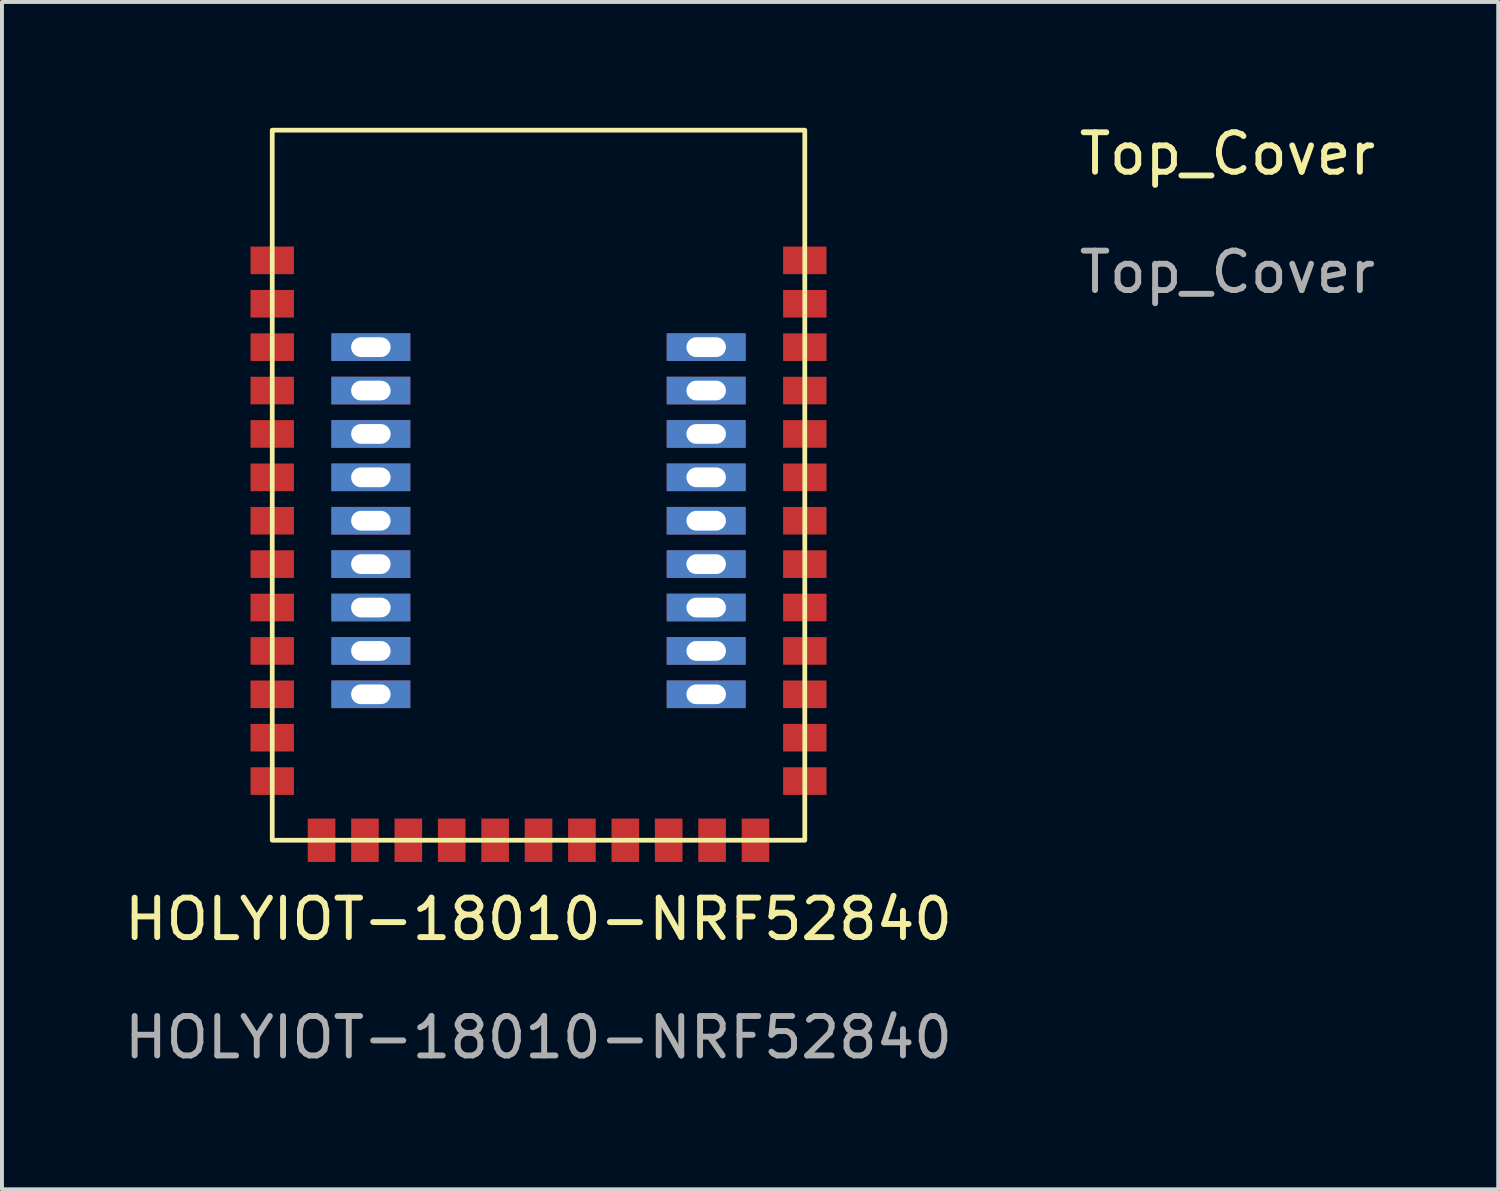
<source format=kicad_pcb>
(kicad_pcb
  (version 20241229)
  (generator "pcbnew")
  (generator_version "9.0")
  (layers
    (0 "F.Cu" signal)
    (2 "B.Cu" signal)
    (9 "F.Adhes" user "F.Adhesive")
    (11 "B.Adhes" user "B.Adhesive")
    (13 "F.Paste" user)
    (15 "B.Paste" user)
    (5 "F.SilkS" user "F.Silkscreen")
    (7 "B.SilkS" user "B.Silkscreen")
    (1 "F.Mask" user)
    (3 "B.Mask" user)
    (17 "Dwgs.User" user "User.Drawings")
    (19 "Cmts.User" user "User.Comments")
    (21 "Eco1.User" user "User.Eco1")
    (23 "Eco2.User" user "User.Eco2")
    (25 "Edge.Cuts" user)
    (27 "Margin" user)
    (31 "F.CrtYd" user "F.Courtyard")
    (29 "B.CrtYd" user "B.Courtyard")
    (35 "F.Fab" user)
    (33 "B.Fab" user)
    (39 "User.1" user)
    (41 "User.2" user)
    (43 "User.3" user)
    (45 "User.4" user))
  (footprint "Top_Cover"
    (layer "F.Cu")
    (at 28.065 1.348)
    (property "Reference" "Top_Cover" (at 0 -0.5 0) (unlocked yes) (layer "F.SilkS") (effects (font (size 1 1) (thickness 0.15))))
    (fp_text user "${REFERENCE}" (at 0 2.5 0) (unlocked yes) (layer "F.Fab") (effects (font (size 1 1) (thickness 0.15)))))
  (footprint "HOLYIOT-18010-NRF52840"
    (layer "F.Cu")
    (at 3.851 0.25)
    (property "Reference" "HOLYIOT-18010-NRF52840" (at 6.75 20 0) (unlocked yes) (layer "F.SilkS") (effects (font (size 1 1) (thickness 0.15))))
    (fp_rect (start 0 18) (end 13.5 0) (stroke (width 0.12) (type solid)) (fill no) (layer "F.SilkS"))
    (fp_text user "${REFERENCE}" (at 6.75 23 0) (unlocked yes) (layer "F.Fab") (effects (font (size 1 1) (thickness 0.15))))
    (pad "1" smd rect (at 0 3.3) (size 1.1 0.7) (layers "F.Cu" "F.Mask" "F.Paste"))
    (pad "2" smd rect (at 0 4.4) (size 1.1 0.7) (layers "F.Cu" "F.Mask" "F.Paste"))
    (pad "3" smd rect (at 0 5.5) (size 1.1 0.7) (layers "F.Cu" "F.Mask" "F.Paste"))
    (pad "4" smd rect (at 0 6.6) (size 1.1 0.7) (layers "F.Cu" "F.Mask" "F.Paste"))
    (pad "5" smd rect (at 0 7.7) (size 1.1 0.7) (layers "F.Cu" "F.Mask" "F.Paste"))
    (pad "6" smd rect (at 0 8.8) (size 1.1 0.7) (layers "F.Cu" "F.Mask" "F.Paste"))
    (pad "7" smd rect (at 0 9.9) (size 1.1 0.7) (layers "F.Cu" "F.Mask" "F.Paste"))
    (pad "8" smd rect (at 0 11) (size 1.1 0.7) (layers "F.Cu" "F.Mask" "F.Paste"))
    (pad "9" smd rect (at 0 12.1) (size 1.1 0.7) (layers "F.Cu" "F.Mask" "F.Paste"))
    (pad "10" smd rect (at 0 13.2) (size 1.1 0.7) (layers "F.Cu" "F.Mask" "F.Paste"))
    (pad "11" smd rect (at 0 14.3) (size 1.1 0.7) (layers "F.Cu" "F.Mask" "F.Paste"))
    (pad "12" smd rect (at 0 15.4) (size 1.1 0.7) (layers "F.Cu" "F.Mask" "F.Paste"))
    (pad "13" smd rect (at 0 16.5) (size 1.1 0.7) (layers "F.Cu" "F.Mask" "F.Paste"))
    (pad "14" smd rect (at 1.25 18) (size 0.7 1.1) (layers "F.Cu" "F.Mask" "F.Paste"))
    (pad "15" smd rect (at 2.35 18) (size 0.7 1.1) (layers "F.Cu" "F.Mask" "F.Paste"))
    (pad "16" smd rect (at 3.45 18) (size 0.7 1.1) (layers "F.Cu" "F.Mask" "F.Paste"))
    (pad "17" smd rect (at 4.55 18) (size 0.7 1.1) (layers "F.Cu" "F.Mask" "F.Paste"))
    (pad "18" smd rect (at 5.65 18) (size 0.7 1.1) (layers "F.Cu" "F.Mask" "F.Paste"))
    (pad "19" smd rect (at 6.75 18) (size 0.7 1.1) (layers "F.Cu" "F.Mask" "F.Paste"))
    (pad "20" smd rect (at 7.85 18) (size 0.7 1.1) (layers "F.Cu" "F.Mask" "F.Paste"))
    (pad "21" smd rect (at 8.95 18) (size 0.7 1.1) (layers "F.Cu" "F.Mask" "F.Paste"))
    (pad "22" smd rect (at 10.05 18) (size 0.7 1.1) (layers "F.Cu" "F.Mask" "F.Paste"))
    (pad "23" smd rect (at 11.15 18) (size 0.7 1.1) (layers "F.Cu" "F.Mask" "F.Paste"))
    (pad "24" smd rect (at 12.25 18) (size 0.7 1.1) (layers "F.Cu" "F.Mask" "F.Paste"))
    (pad "25" smd rect (at 13.5 16.5) (size 1.1 0.7) (layers "F.Cu" "F.Mask" "F.Paste"))
    (pad "26" smd rect (at 13.5 15.4) (size 1.1 0.7) (layers "F.Cu" "F.Mask" "F.Paste"))
    (pad "27" smd rect (at 13.5 14.3) (size 1.1 0.7) (layers "F.Cu" "F.Mask" "F.Paste"))
    (pad "28" smd rect (at 13.5 13.2) (size 1.1 0.7) (layers "F.Cu" "F.Mask" "F.Paste"))
    (pad "29" smd rect (at 13.5 12.1) (size 1.1 0.7) (layers "F.Cu" "F.Mask" "F.Paste"))
    (pad "30" smd rect (at 13.5 11) (size 1.1 0.7) (layers "F.Cu" "F.Mask" "F.Paste"))
    (pad "31" smd rect (at 13.5 9.9) (size 1.1 0.7) (layers "F.Cu" "F.Mask" "F.Paste"))
    (pad "32" smd rect (at 13.5 8.8) (size 1.1 0.7) (layers "F.Cu" "F.Mask" "F.Paste"))
    (pad "33" smd rect (at 13.5 7.7) (size 1.1 0.7) (layers "F.Cu" "F.Mask" "F.Paste"))
    (pad "34" smd rect (at 13.5 6.6) (size 1.1 0.7) (layers "F.Cu" "F.Mask" "F.Paste"))
    (pad "35" smd rect (at 13.5 5.5) (size 1.1 0.7) (layers "F.Cu" "F.Mask" "F.Paste"))
    (pad "36" smd rect (at 13.5 4.4) (size 1.1 0.7) (layers "F.Cu" "F.Mask" "F.Paste"))
    (pad "37" smd rect (at 13.5 3.3) (size 1.1 0.7) (layers "F.Cu" "F.Mask" "F.Paste"))
    (pad "38" thru_hole rect (at 2.5 5.5) (size 2 0.7) (drill oval 1 0.5) (layers "*.Cu" "*.Mask"))
    (pad "39" thru_hole rect (at 2.5 6.6) (size 2 0.7) (drill oval 1 0.5) (layers "*.Cu" "*.Mask"))
    (pad "40" thru_hole rect (at 2.5 7.7) (size 2 0.7) (drill oval 1 0.5) (layers "*.Cu" "*.Mask"))
    (pad "41" thru_hole rect (at 2.5 8.8) (size 2 0.7) (drill oval 1 0.5) (layers "*.Cu" "*.Mask"))
    (pad "42" thru_hole rect (at 2.5 9.9) (size 2 0.7) (drill oval 1 0.5) (layers "*.Cu" "*.Mask"))
    (pad "43" thru_hole rect (at 2.5 11) (size 2 0.7) (drill oval 1 0.5) (layers "*.Cu" "*.Mask"))
    (pad "44" thru_hole rect (at 2.5 12.1) (size 2 0.7) (drill oval 1 0.5) (layers "*.Cu" "*.Mask"))
    (pad "45" thru_hole rect (at 2.5 13.2) (size 2 0.7) (drill oval 1 0.5) (layers "*.Cu" "*.Mask"))
    (pad "46" thru_hole rect (at 2.5 14.3) (size 2 0.7) (drill oval 1 0.5) (layers "*.Cu" "*.Mask"))
    (pad "47" thru_hole rect (at 11 5.5) (size 2 0.7) (drill oval 1 0.5) (layers "*.Cu" "*.Mask"))
    (pad "48" thru_hole rect (at 11 6.6) (size 2 0.7) (drill oval 1 0.5) (layers "*.Cu" "*.Mask"))
    (pad "49" thru_hole rect (at 11 7.7) (size 2 0.7) (drill oval 1 0.5) (layers "*.Cu" "*.Mask"))
    (pad "50" thru_hole rect (at 11 8.8) (size 2 0.7) (drill oval 1 0.5) (layers "*.Cu" "*.Mask"))
    (pad "51" thru_hole rect (at 11 9.9) (size 2 0.7) (drill oval 1 0.5) (layers "*.Cu" "*.Mask"))
    (pad "52" thru_hole rect (at 11 11) (size 2 0.7) (drill oval 1 0.5) (layers "*.Cu" "*.Mask"))
    (pad "53" thru_hole rect (at 11 12.1) (size 2 0.7) (drill oval 1 0.5) (layers "*.Cu" "*.Mask"))
    (pad "54" thru_hole rect (at 11 13.2) (size 2 0.7) (drill oval 1 0.5) (layers "*.Cu" "*.Mask"))
    (pad "55" thru_hole rect (at 11 14.3) (size 2 0.7) (drill oval 1 0.5) (layers "*.Cu" "*.Mask")))
  (gr_rect
    (start -3 -3)
    (end 34.929 27.098)
    (stroke (width 0.1) (type default))
    (fill no)
    (layer "Edge.Cuts")))
</source>
